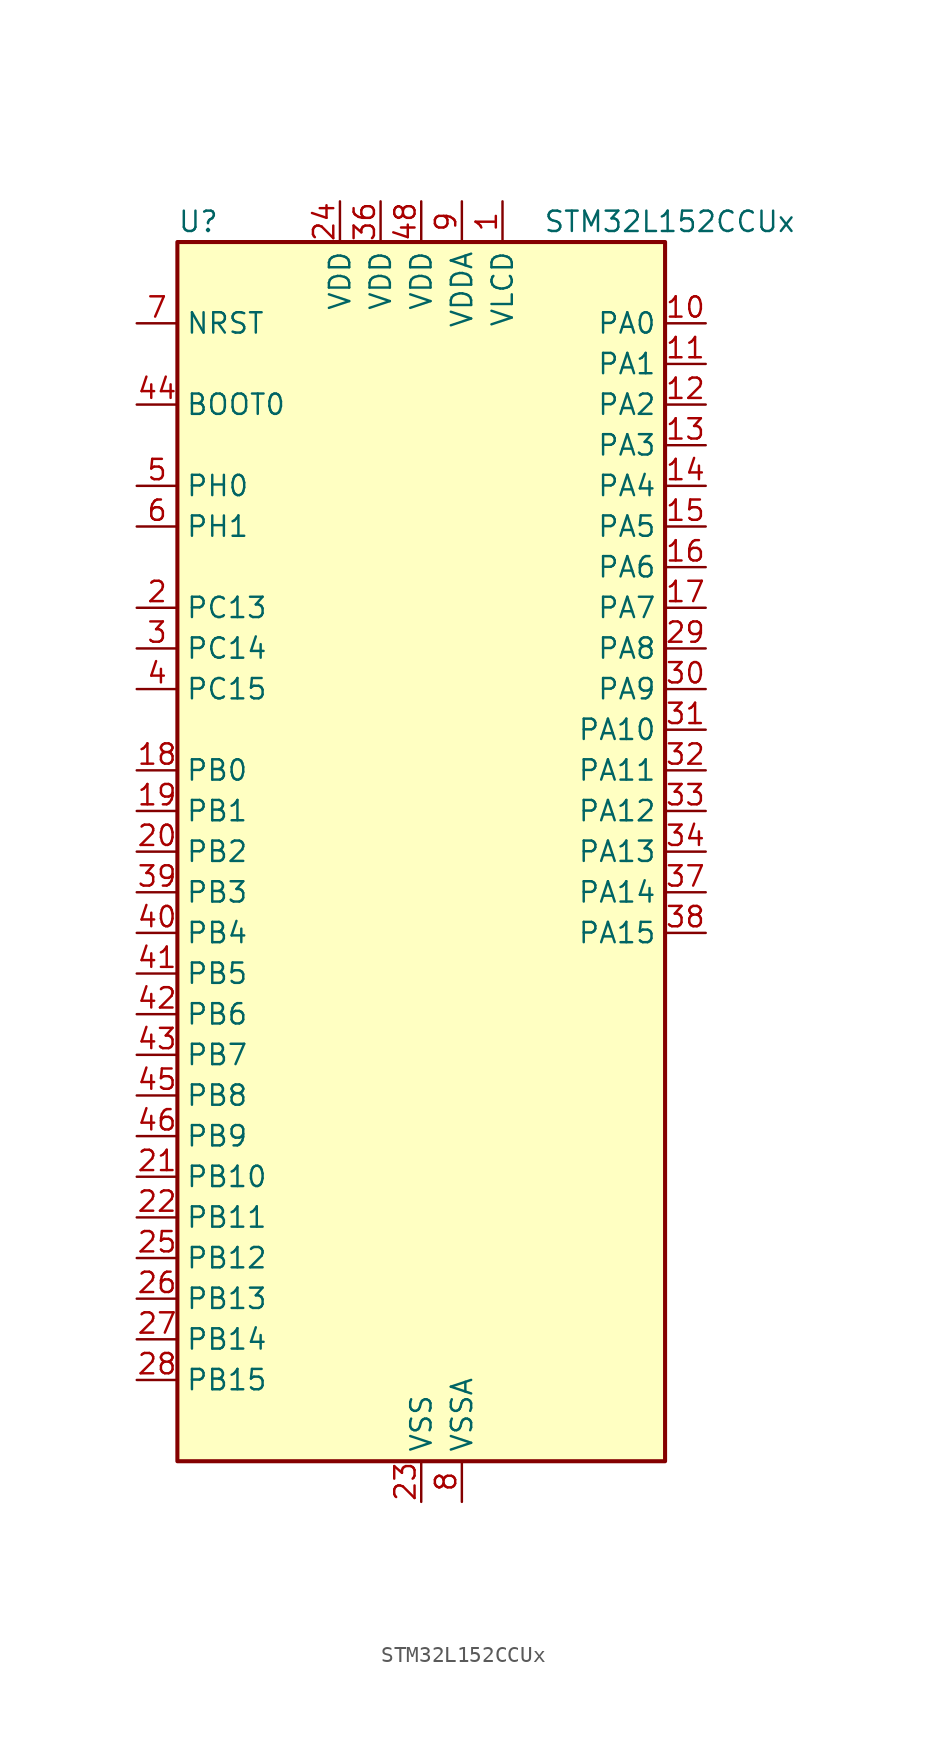
<source format=kicad_sym>
(kicad_symbol_lib
  (version 20241209)
  (generator "kicad_symbol_editor")
  (generator_version "9.0")
  (symbol "STM32L152CCUx"
    (property "Reference" "U"
      (at -15.24 39.37 0)
      (effects (font (size 1.27 1.27)) (justify left)))
    (property "Value" "STM32L152CCUx"
      (at 7.62 39.37 0)
      (effects (font (size 1.27 1.27)) (justify left)))
    (symbol "STM32L152CCUx_0_1"
      (rectangle (start -15.24 -38.1) (end 15.24 38.1) (stroke (width 0.254) (type default)) (fill (type background))))
    (symbol "STM32L152CCUx_1_1"
      (pin input line (at -17.78 33.02 0) (length 2.54) (name "NRST" (effects (font (size 1.27 1.27)))) (number "7" (effects (font (size 1.27 1.27)))))
      (pin input line (at -17.78 27.94 0) (length 2.54) (name "BOOT0" (effects (font (size 1.27 1.27)))) (number "44" (effects (font (size 1.27 1.27)))))
      (pin bidirectional line (at -17.78 22.86 0) (length 2.54) (name "PH0" (effects (font (size 1.27 1.27)))) (number "5" (effects (font (size 1.27 1.27)))) (alternate "RCC_OSC_IN" bidirectional line))
      (pin bidirectional line (at -17.78 20.32 0) (length 2.54) (name "PH1" (effects (font (size 1.27 1.27)))) (number "6" (effects (font (size 1.27 1.27)))) (alternate "RCC_OSC_OUT" bidirectional line))
      (pin bidirectional line (at -17.78 15.24 0) (length 2.54) (name "PC13" (effects (font (size 1.27 1.27)))) (number "2" (effects (font (size 1.27 1.27)))) (alternate "RTC_OUT_ALARM" bidirectional line) (alternate "RTC_OUT_CALIB" bidirectional line) (alternate "RTC_TAMP1" bidirectional line) (alternate "RTC_TS" bidirectional line) (alternate "SYS_WKUP2" bidirectional line) (alternate "TIMX_IC2" bidirectional line))
      (pin bidirectional line (at -17.78 12.7 0) (length 2.54) (name "PC14" (effects (font (size 1.27 1.27)))) (number "3" (effects (font (size 1.27 1.27)))) (alternate "RCC_OSC32_IN" bidirectional line) (alternate "TIMX_IC3" bidirectional line))
      (pin bidirectional line (at -17.78 10.16 0) (length 2.54) (name "PC15" (effects (font (size 1.27 1.27)))) (number "4" (effects (font (size 1.27 1.27)))) (alternate "ADC_EXTI15" bidirectional line) (alternate "RCC_OSC32_OUT" bidirectional line) (alternate "TIMX_IC4" bidirectional line))
      (pin bidirectional line (at -17.78 5.08 0) (length 2.54) (name "PB0" (effects (font (size 1.27 1.27)))) (number "18" (effects (font (size 1.27 1.27)))) (alternate "ADC_IN8" bidirectional line) (alternate "COMP1_INP" bidirectional line) (alternate "LCD_SEG5" bidirectional line) (alternate "OPAMP2_VOUT" bidirectional line) (alternate "SYS_V_REF_OUT" bidirectional line) (alternate "TIM3_CH3" bidirectional line) (alternate "TS_G3_IO1" bidirectional line))
      (pin bidirectional line (at -17.78 2.54 0) (length 2.54) (name "PB1" (effects (font (size 1.27 1.27)))) (number "19" (effects (font (size 1.27 1.27)))) (alternate "ADC_IN9" bidirectional line) (alternate "COMP1_INP" bidirectional line) (alternate "LCD_SEG6" bidirectional line) (alternate "SYS_V_REF_OUT" bidirectional line) (alternate "TIM3_CH4" bidirectional line) (alternate "TS_G3_IO2" bidirectional line))
      (pin bidirectional line (at -17.78 0 0) (length 2.54) (name "PB2" (effects (font (size 1.27 1.27)))) (number "20" (effects (font (size 1.27 1.27)))) (alternate "TS_G3_IO3" bidirectional line))
      (pin bidirectional line (at -17.78 -2.54 0) (length 2.54) (name "PB3" (effects (font (size 1.27 1.27)))) (number "39" (effects (font (size 1.27 1.27)))) (alternate "COMP2_INM" bidirectional line) (alternate "I2S3_CK" bidirectional line) (alternate "LCD_SEG7" bidirectional line) (alternate "SPI1_SCK" bidirectional line) (alternate "SPI3_SCK" bidirectional line) (alternate "SYS_JTDO-TRACESWO" bidirectional line) (alternate "TIM2_CH2" bidirectional line))
      (pin bidirectional line (at -17.78 -5.08 0) (length 2.54) (name "PB4" (effects (font (size 1.27 1.27)))) (number "40" (effects (font (size 1.27 1.27)))) (alternate "COMP2_INP" bidirectional line) (alternate "LCD_SEG8" bidirectional line) (alternate "SPI1_MISO" bidirectional line) (alternate "SPI3_MISO" bidirectional line) (alternate "SYS_JTRST" bidirectional line) (alternate "TIM3_CH1" bidirectional line) (alternate "TS_G6_IO1" bidirectional line))
      (pin bidirectional line (at -17.78 -7.62 0) (length 2.54) (name "PB5" (effects (font (size 1.27 1.27)))) (number "41" (effects (font (size 1.27 1.27)))) (alternate "COMP2_INP" bidirectional line) (alternate "I2C1_SMBA" bidirectional line) (alternate "I2S3_SD" bidirectional line) (alternate "LCD_SEG9" bidirectional line) (alternate "SPI1_MOSI" bidirectional line) (alternate "SPI3_MOSI" bidirectional line) (alternate "TIM3_CH2" bidirectional line) (alternate "TS_G6_IO2" bidirectional line))
      (pin bidirectional line (at -17.78 -10.16 0) (length 2.54) (name "PB6" (effects (font (size 1.27 1.27)))) (number "42" (effects (font (size 1.27 1.27)))) (alternate "COMP2_INP" bidirectional line) (alternate "I2C1_SCL" bidirectional line) (alternate "TIM4_CH1" bidirectional line) (alternate "TS_G6_IO3" bidirectional line) (alternate "USART1_TX" bidirectional line))
      (pin bidirectional line (at -17.78 -12.7 0) (length 2.54) (name "PB7" (effects (font (size 1.27 1.27)))) (number "43" (effects (font (size 1.27 1.27)))) (alternate "COMP2_INP" bidirectional line) (alternate "I2C1_SDA" bidirectional line) (alternate "SYS_PVD_IN" bidirectional line) (alternate "TIM4_CH2" bidirectional line) (alternate "TS_G6_IO4" bidirectional line) (alternate "USART1_RX" bidirectional line))
      (pin bidirectional line (at -17.78 -15.24 0) (length 2.54) (name "PB8" (effects (font (size 1.27 1.27)))) (number "45" (effects (font (size 1.27 1.27)))) (alternate "I2C1_SCL" bidirectional line) (alternate "LCD_SEG16" bidirectional line) (alternate "TIM10_CH1" bidirectional line) (alternate "TIM4_CH3" bidirectional line))
      (pin bidirectional line (at -17.78 -17.78 0) (length 2.54) (name "PB9" (effects (font (size 1.27 1.27)))) (number "46" (effects (font (size 1.27 1.27)))) (alternate "DAC_EXTI9" bidirectional line) (alternate "I2C1_SDA" bidirectional line) (alternate "LCD_COM3" bidirectional line) (alternate "TIM11_CH1" bidirectional line) (alternate "TIM4_CH4" bidirectional line))
      (pin bidirectional line (at -17.78 -20.32 0) (length 2.54) (name "PB10" (effects (font (size 1.27 1.27)))) (number "21" (effects (font (size 1.27 1.27)))) (alternate "I2C2_SCL" bidirectional line) (alternate "LCD_SEG10" bidirectional line) (alternate "TIM2_CH3" bidirectional line) (alternate "USART3_TX" bidirectional line))
      (pin bidirectional line (at -17.78 -22.86 0) (length 2.54) (name "PB11" (effects (font (size 1.27 1.27)))) (number "22" (effects (font (size 1.27 1.27)))) (alternate "ADC_EXTI11" bidirectional line) (alternate "I2C2_SDA" bidirectional line) (alternate "LCD_SEG11" bidirectional line) (alternate "TIM2_CH4" bidirectional line) (alternate "USART3_RX" bidirectional line))
      (pin bidirectional line (at -17.78 -25.4 0) (length 2.54) (name "PB12" (effects (font (size 1.27 1.27)))) (number "25" (effects (font (size 1.27 1.27)))) (alternate "ADC_IN18" bidirectional line) (alternate "COMP1_INP" bidirectional line) (alternate "I2C2_SMBA" bidirectional line) (alternate "I2S2_WS" bidirectional line) (alternate "LCD_SEG12" bidirectional line) (alternate "SPI2_NSS" bidirectional line) (alternate "TIM10_CH1" bidirectional line) (alternate "TS_G7_IO1" bidirectional line) (alternate "USART3_CK" bidirectional line))
      (pin bidirectional line (at -17.78 -27.94 0) (length 2.54) (name "PB13" (effects (font (size 1.27 1.27)))) (number "26" (effects (font (size 1.27 1.27)))) (alternate "ADC_IN19" bidirectional line) (alternate "COMP1_INP" bidirectional line) (alternate "I2S2_CK" bidirectional line) (alternate "LCD_SEG13" bidirectional line) (alternate "SPI2_SCK" bidirectional line) (alternate "TIM9_CH1" bidirectional line) (alternate "TS_G7_IO2" bidirectional line) (alternate "USART3_CTS" bidirectional line))
      (pin bidirectional line (at -17.78 -30.48 0) (length 2.54) (name "PB14" (effects (font (size 1.27 1.27)))) (number "27" (effects (font (size 1.27 1.27)))) (alternate "ADC_IN20" bidirectional line) (alternate "COMP1_INP" bidirectional line) (alternate "LCD_SEG14" bidirectional line) (alternate "SPI2_MISO" bidirectional line) (alternate "TIM9_CH2" bidirectional line) (alternate "TS_G7_IO3" bidirectional line) (alternate "USART3_RTS" bidirectional line))
      (pin bidirectional line (at -17.78 -33.02 0) (length 2.54) (name "PB15" (effects (font (size 1.27 1.27)))) (number "28" (effects (font (size 1.27 1.27)))) (alternate "ADC_EXTI15" bidirectional line) (alternate "ADC_IN21" bidirectional line) (alternate "COMP1_INP" bidirectional line) (alternate "I2S2_SD" bidirectional line) (alternate "LCD_SEG15" bidirectional line) (alternate "RTC_REFIN" bidirectional line) (alternate "SPI2_MOSI" bidirectional line) (alternate "TIM11_CH1" bidirectional line) (alternate "TS_G7_IO4" bidirectional line))
      (pin power_in line (at -5.08 40.64 270) (length 2.54) (name "VDD" (effects (font (size 1.27 1.27)))) (number "24" (effects (font (size 1.27 1.27)))))
      (pin power_in line (at -2.54 40.64 270) (length 2.54) (name "VDD" (effects (font (size 1.27 1.27)))) (number "36" (effects (font (size 1.27 1.27)))))
      (pin power_in line (at 0 40.64 270) (length 2.54) (name "VDD" (effects (font (size 1.27 1.27)))) (number "48" (effects (font (size 1.27 1.27)))))
      (pin power_in line (at 0 -40.64 90) (length 2.54) (name "VSS" (effects (font (size 1.27 1.27)))) (number "23" (effects (font (size 1.27 1.27)))))
      (pin passive line (at 0 -40.64 90) (length 2.54) (hide yes) (name "VSS" (effects (font (size 1.27 1.27)))) (number "35" (effects (font (size 1.27 1.27)))))
      (pin passive line (at 0 -40.64 90) (length 2.54) (hide yes) (name "VSS" (effects (font (size 1.27 1.27)))) (number "47" (effects (font (size 1.27 1.27)))))
      (pin passive line (at 0 -40.64 90) (length 2.54) (hide yes) (name "VSS" (effects (font (size 1.27 1.27)))) (number "49" (effects (font (size 1.27 1.27)))))
      (pin power_in line (at 2.54 40.64 270) (length 2.54) (name "VDDA" (effects (font (size 1.27 1.27)))) (number "9" (effects (font (size 1.27 1.27)))))
      (pin power_in line (at 2.54 -40.64 90) (length 2.54) (name "VSSA" (effects (font (size 1.27 1.27)))) (number "8" (effects (font (size 1.27 1.27)))))
      (pin power_in line (at 5.08 40.64 270) (length 2.54) (name "VLCD" (effects (font (size 1.27 1.27)))) (number "1" (effects (font (size 1.27 1.27)))))
      (pin bidirectional line (at 17.78 33.02 180) (length 2.54) (name "PA0" (effects (font (size 1.27 1.27)))) (number "10" (effects (font (size 1.27 1.27)))) (alternate "ADC_IN0" bidirectional line) (alternate "COMP1_INP" bidirectional line) (alternate "RTC_TAMP2" bidirectional line) (alternate "SYS_WKUP1" bidirectional line) (alternate "TIM2_CH1" bidirectional line) (alternate "TIM2_ETR" bidirectional line) (alternate "TIM5_CH1" bidirectional line) (alternate "TIMX_IC1" bidirectional line) (alternate "TS_G1_IO1" bidirectional line) (alternate "USART2_CTS" bidirectional line))
      (pin bidirectional line (at 17.78 30.48 180) (length 2.54) (name "PA1" (effects (font (size 1.27 1.27)))) (number "11" (effects (font (size 1.27 1.27)))) (alternate "ADC_IN1" bidirectional line) (alternate "COMP1_INP" bidirectional line) (alternate "LCD_SEG0" bidirectional line) (alternate "OPAMP1_VINP" bidirectional line) (alternate "TIM2_CH2" bidirectional line) (alternate "TIM5_CH2" bidirectional line) (alternate "TIMX_IC2" bidirectional line) (alternate "TS_G1_IO2" bidirectional line) (alternate "USART2_RTS" bidirectional line))
      (pin bidirectional line (at 17.78 27.94 180) (length 2.54) (name "PA2" (effects (font (size 1.27 1.27)))) (number "12" (effects (font (size 1.27 1.27)))) (alternate "ADC_IN2" bidirectional line) (alternate "COMP1_INP" bidirectional line) (alternate "LCD_SEG1" bidirectional line) (alternate "OPAMP1_VINM" bidirectional line) (alternate "TIM2_CH3" bidirectional line) (alternate "TIM5_CH3" bidirectional line) (alternate "TIM9_CH1" bidirectional line) (alternate "TIMX_IC3" bidirectional line) (alternate "TS_G1_IO3" bidirectional line) (alternate "USART2_TX" bidirectional line))
      (pin bidirectional line (at 17.78 25.4 180) (length 2.54) (name "PA3" (effects (font (size 1.27 1.27)))) (number "13" (effects (font (size 1.27 1.27)))) (alternate "ADC_IN3" bidirectional line) (alternate "COMP1_INP" bidirectional line) (alternate "LCD_SEG2" bidirectional line) (alternate "OPAMP1_VOUT" bidirectional line) (alternate "TIM2_CH4" bidirectional line) (alternate "TIM5_CH4" bidirectional line) (alternate "TIM9_CH2" bidirectional line) (alternate "TIMX_IC4" bidirectional line) (alternate "TS_G1_IO4" bidirectional line) (alternate "USART2_RX" bidirectional line))
      (pin bidirectional line (at 17.78 22.86 180) (length 2.54) (name "PA4" (effects (font (size 1.27 1.27)))) (number "14" (effects (font (size 1.27 1.27)))) (alternate "ADC_IN4" bidirectional line) (alternate "COMP1_INP" bidirectional line) (alternate "DAC_OUT1" bidirectional line) (alternate "I2S3_WS" bidirectional line) (alternate "SPI1_NSS" bidirectional line) (alternate "SPI3_NSS" bidirectional line) (alternate "TIMX_IC1" bidirectional line) (alternate "USART2_CK" bidirectional line))
      (pin bidirectional line (at 17.78 20.32 180) (length 2.54) (name "PA5" (effects (font (size 1.27 1.27)))) (number "15" (effects (font (size 1.27 1.27)))) (alternate "ADC_IN5" bidirectional line) (alternate "COMP1_INP" bidirectional line) (alternate "DAC_OUT2" bidirectional line) (alternate "SPI1_SCK" bidirectional line) (alternate "TIM2_CH1" bidirectional line) (alternate "TIM2_ETR" bidirectional line) (alternate "TIMX_IC2" bidirectional line))
      (pin bidirectional line (at 17.78 17.78 180) (length 2.54) (name "PA6" (effects (font (size 1.27 1.27)))) (number "16" (effects (font (size 1.27 1.27)))) (alternate "ADC_IN6" bidirectional line) (alternate "COMP1_INP" bidirectional line) (alternate "LCD_SEG3" bidirectional line) (alternate "OPAMP2_VINP" bidirectional line) (alternate "SPI1_MISO" bidirectional line) (alternate "TIM10_CH1" bidirectional line) (alternate "TIM3_CH1" bidirectional line) (alternate "TIMX_IC3" bidirectional line) (alternate "TS_G2_IO1" bidirectional line))
      (pin bidirectional line (at 17.78 15.24 180) (length 2.54) (name "PA7" (effects (font (size 1.27 1.27)))) (number "17" (effects (font (size 1.27 1.27)))) (alternate "ADC_IN7" bidirectional line) (alternate "COMP1_INP" bidirectional line) (alternate "LCD_SEG4" bidirectional line) (alternate "OPAMP2_VINM" bidirectional line) (alternate "SPI1_MOSI" bidirectional line) (alternate "TIM11_CH1" bidirectional line) (alternate "TIM3_CH2" bidirectional line) (alternate "TIMX_IC4" bidirectional line) (alternate "TS_G2_IO2" bidirectional line))
      (pin bidirectional line (at 17.78 12.7 180) (length 2.54) (name "PA8" (effects (font (size 1.27 1.27)))) (number "29" (effects (font (size 1.27 1.27)))) (alternate "LCD_COM0" bidirectional line) (alternate "RCC_MCO" bidirectional line) (alternate "TIMX_IC1" bidirectional line) (alternate "TS_G4_IO1" bidirectional line) (alternate "USART1_CK" bidirectional line))
      (pin bidirectional line (at 17.78 10.16 180) (length 2.54) (name "PA9" (effects (font (size 1.27 1.27)))) (number "30" (effects (font (size 1.27 1.27)))) (alternate "DAC_EXTI9" bidirectional line) (alternate "LCD_COM1" bidirectional line) (alternate "TIMX_IC2" bidirectional line) (alternate "TS_G4_IO2" bidirectional line) (alternate "USART1_TX" bidirectional line))
      (pin bidirectional line (at 17.78 7.62 180) (length 2.54) (name "PA10" (effects (font (size 1.27 1.27)))) (number "31" (effects (font (size 1.27 1.27)))) (alternate "LCD_COM2" bidirectional line) (alternate "TIMX_IC3" bidirectional line) (alternate "TS_G4_IO3" bidirectional line) (alternate "USART1_RX" bidirectional line))
      (pin bidirectional line (at 17.78 5.08 180) (length 2.54) (name "PA11" (effects (font (size 1.27 1.27)))) (number "32" (effects (font (size 1.27 1.27)))) (alternate "ADC_EXTI11" bidirectional line) (alternate "SPI1_MISO" bidirectional line) (alternate "TIMX_IC4" bidirectional line) (alternate "USART1_CTS" bidirectional line) (alternate "USB_DM" bidirectional line))
      (pin bidirectional line (at 17.78 2.54 180) (length 2.54) (name "PA12" (effects (font (size 1.27 1.27)))) (number "33" (effects (font (size 1.27 1.27)))) (alternate "SPI1_MOSI" bidirectional line) (alternate "TIMX_IC1" bidirectional line) (alternate "USART1_RTS" bidirectional line) (alternate "USB_DP" bidirectional line))
      (pin bidirectional line (at 17.78 0 180) (length 2.54) (name "PA13" (effects (font (size 1.27 1.27)))) (number "34" (effects (font (size 1.27 1.27)))) (alternate "SYS_JTMS-SWDIO" bidirectional line) (alternate "TIMX_IC2" bidirectional line) (alternate "TS_G5_IO1" bidirectional line))
      (pin bidirectional line (at 17.78 -2.54 180) (length 2.54) (name "PA14" (effects (font (size 1.27 1.27)))) (number "37" (effects (font (size 1.27 1.27)))) (alternate "SYS_JTCK-SWCLK" bidirectional line) (alternate "TIMX_IC3" bidirectional line) (alternate "TS_G5_IO2" bidirectional line))
      (pin bidirectional line (at 17.78 -5.08 180) (length 2.54) (name "PA15" (effects (font (size 1.27 1.27)))) (number "38" (effects (font (size 1.27 1.27)))) (alternate "ADC_EXTI15" bidirectional line) (alternate "I2S3_WS" bidirectional line) (alternate "LCD_SEG17" bidirectional line) (alternate "SPI1_NSS" bidirectional line) (alternate "SPI3_NSS" bidirectional line) (alternate "SYS_JTDI" bidirectional line) (alternate "TIM2_CH1" bidirectional line) (alternate "TIM2_ETR" bidirectional line) (alternate "TIMX_IC4" bidirectional line) (alternate "TS_G5_IO3" bidirectional line)))))
</source>
